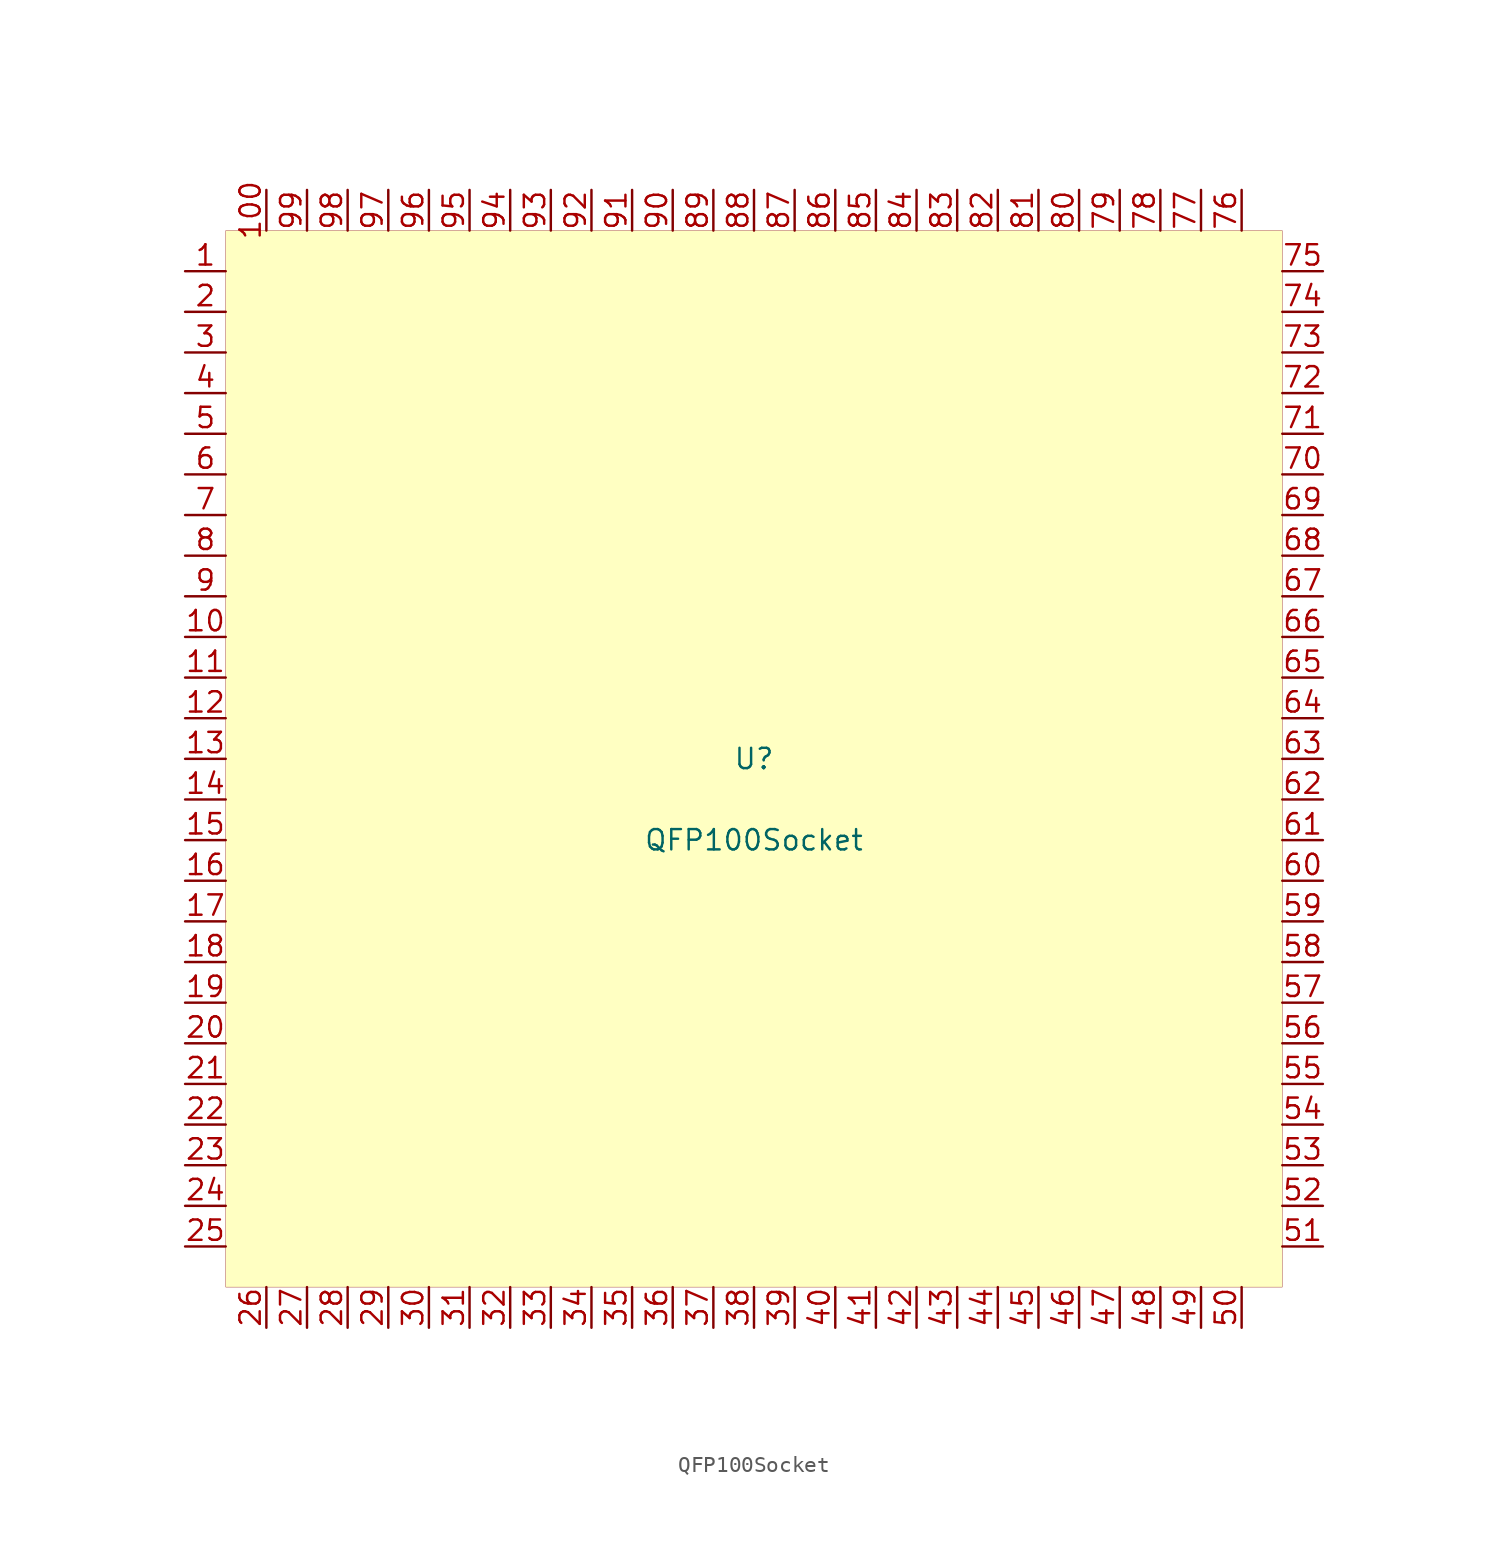
<source format=kicad_sym>
(kicad_symbol_lib
  (version 20200126)
  (host kicad_symbol_editor "5.99.0-unknown-40250c4~101~ubuntu20.04.1")
  (symbol "JBC_mechanical:QFP100Socket"
    (property "Reference" "U"
      (at 0 0 0)
      (effects (font (size 1.27 1.27))))
    (property "Value" "QFP100Socket"
      (at 0 -5.08 0)
      (effects (font (size 1.27 1.27))))
    (symbol "QFP100Socket_0_1"
      (rectangle (start 33.02 -33.02) (end -33.02 33.02) (stroke (width 0.001)) (fill (type background))))
    (symbol "QFP100Socket_1_1"
      (pin passive line (at -35.56 0 0) (length 2.54) (name "~" (effects (font (size 1.27 1.27)))) (number "13" (effects (font (size 1.27 1.27)))))
      (pin passive line (at -35.56 2.54 0) (length 2.54) (name "~" (effects (font (size 1.27 1.27)))) (number "12" (effects (font (size 1.27 1.27)))))
      (pin passive line (at -35.56 5.08 0) (length 2.54) (name "~" (effects (font (size 1.27 1.27)))) (number "11" (effects (font (size 1.27 1.27)))))
      (pin passive line (at -35.56 7.62 0) (length 2.54) (name "~" (effects (font (size 1.27 1.27)))) (number "10" (effects (font (size 1.27 1.27)))))
      (pin passive line (at -35.56 10.16 0) (length 2.54) (name "~" (effects (font (size 1.27 1.27)))) (number "9" (effects (font (size 1.27 1.27)))))
      (pin passive line (at -35.56 12.7 0) (length 2.54) (name "~" (effects (font (size 1.27 1.27)))) (number "8" (effects (font (size 1.27 1.27)))))
      (pin passive line (at -35.56 15.24 0) (length 2.54) (name "~" (effects (font (size 1.27 1.27)))) (number "7" (effects (font (size 1.27 1.27)))))
      (pin passive line (at -35.56 -2.54 0) (length 2.54) (name "~" (effects (font (size 1.27 1.27)))) (number "14" (effects (font (size 1.27 1.27)))))
      (pin passive line (at -35.56 -5.08 0) (length 2.54) (name "~" (effects (font (size 1.27 1.27)))) (number "15" (effects (font (size 1.27 1.27)))))
      (pin passive line (at -35.56 -7.62 0) (length 2.54) (name "~" (effects (font (size 1.27 1.27)))) (number "16" (effects (font (size 1.27 1.27)))))
      (pin passive line (at -35.56 -10.16 0) (length 2.54) (name "~" (effects (font (size 1.27 1.27)))) (number "17" (effects (font (size 1.27 1.27)))))
      (pin passive line (at -35.56 -12.7 0) (length 2.54) (name "~" (effects (font (size 1.27 1.27)))) (number "18" (effects (font (size 1.27 1.27)))))
      (pin passive line (at -35.56 -15.24 0) (length 2.54) (name "~" (effects (font (size 1.27 1.27)))) (number "19" (effects (font (size 1.27 1.27)))))
      (pin passive line (at -35.56 -17.78 0) (length 2.54) (name "~" (effects (font (size 1.27 1.27)))) (number "20" (effects (font (size 1.27 1.27)))))
      (pin passive line (at -35.56 -20.32 0) (length 2.54) (name "~" (effects (font (size 1.27 1.27)))) (number "21" (effects (font (size 1.27 1.27)))))
      (pin passive line (at -35.56 -22.86 0) (length 2.54) (name "~" (effects (font (size 1.27 1.27)))) (number "22" (effects (font (size 1.27 1.27)))))
      (pin passive line (at -35.56 -25.4 0) (length 2.54) (name "~" (effects (font (size 1.27 1.27)))) (number "23" (effects (font (size 1.27 1.27)))))
      (pin passive line (at -35.56 -27.94 0) (length 2.54) (name "~" (effects (font (size 1.27 1.27)))) (number "24" (effects (font (size 1.27 1.27)))))
      (pin passive line (at -35.56 -30.48 0) (length 2.54) (name "~" (effects (font (size 1.27 1.27)))) (number "25" (effects (font (size 1.27 1.27)))))
      (pin passive line (at -35.56 17.78 0) (length 2.54) (name "~" (effects (font (size 1.27 1.27)))) (number "6" (effects (font (size 1.27 1.27)))))
      (pin passive line (at -35.56 20.32 0) (length 2.54) (name "~" (effects (font (size 1.27 1.27)))) (number "5" (effects (font (size 1.27 1.27)))))
      (pin passive line (at -35.56 22.86 0) (length 2.54) (name "~" (effects (font (size 1.27 1.27)))) (number "4" (effects (font (size 1.27 1.27)))))
      (pin passive line (at -35.56 25.4 0) (length 2.54) (name "~" (effects (font (size 1.27 1.27)))) (number "3" (effects (font (size 1.27 1.27)))))
      (pin passive line (at -35.56 27.94 0) (length 2.54) (name "~" (effects (font (size 1.27 1.27)))) (number "2" (effects (font (size 1.27 1.27)))))
      (pin passive line (at -35.56 30.48 0) (length 2.54) (name "~" (effects (font (size 1.27 1.27)))) (number "1" (effects (font (size 1.27 1.27)))))
      (pin passive line (at -5.08 -35.56 90) (length 2.54) (name "~" (effects (font (size 1.27 1.27)))) (number "36" (effects (font (size 1.27 1.27)))))
      (pin passive line (at 22.86 -35.56 90) (length 2.54) (name "~" (effects (font (size 1.27 1.27)))) (number "47" (effects (font (size 1.27 1.27)))))
      (pin passive line (at -27.94 -35.56 90) (length 2.54) (name "~" (effects (font (size 1.27 1.27)))) (number "27" (effects (font (size 1.27 1.27)))))
      (pin passive line (at -15.24 -35.56 90) (length 2.54) (name "~" (effects (font (size 1.27 1.27)))) (number "32" (effects (font (size 1.27 1.27)))))
      (pin passive line (at 10.16 -35.56 90) (length 2.54) (name "~" (effects (font (size 1.27 1.27)))) (number "42" (effects (font (size 1.27 1.27)))))
      (pin passive line (at 15.24 -35.56 90) (length 2.54) (name "~" (effects (font (size 1.27 1.27)))) (number "44" (effects (font (size 1.27 1.27)))))
      (pin passive line (at 30.48 -35.56 90) (length 2.54) (name "~" (effects (font (size 1.27 1.27)))) (number "50" (effects (font (size 1.27 1.27)))))
      (pin passive line (at -22.86 -35.56 90) (length 2.54) (name "~" (effects (font (size 1.27 1.27)))) (number "29" (effects (font (size 1.27 1.27)))))
      (pin passive line (at -10.16 -35.56 90) (length 2.54) (name "~" (effects (font (size 1.27 1.27)))) (number "34" (effects (font (size 1.27 1.27)))))
      (pin passive line (at -25.4 -35.56 90) (length 2.54) (name "~" (effects (font (size 1.27 1.27)))) (number "28" (effects (font (size 1.27 1.27)))))
      (pin passive line (at -2.54 -35.56 90) (length 2.54) (name "~" (effects (font (size 1.27 1.27)))) (number "37" (effects (font (size 1.27 1.27)))))
      (pin passive line (at 2.54 -35.56 90) (length 2.54) (name "~" (effects (font (size 1.27 1.27)))) (number "39" (effects (font (size 1.27 1.27)))))
      (pin passive line (at 5.08 -35.56 90) (length 2.54) (name "~" (effects (font (size 1.27 1.27)))) (number "40" (effects (font (size 1.27 1.27)))))
      (pin passive line (at -17.78 -35.56 90) (length 2.54) (name "~" (effects (font (size 1.27 1.27)))) (number "31" (effects (font (size 1.27 1.27)))))
      (pin passive line (at -30.48 -35.56 90) (length 2.54) (name "~" (effects (font (size 1.27 1.27)))) (number "26" (effects (font (size 1.27 1.27)))))
      (pin passive line (at 27.94 -35.56 90) (length 2.54) (name "~" (effects (font (size 1.27 1.27)))) (number "49" (effects (font (size 1.27 1.27)))))
      (pin passive line (at 17.78 -35.56 90) (length 2.54) (name "~" (effects (font (size 1.27 1.27)))) (number "45" (effects (font (size 1.27 1.27)))))
      (pin passive line (at 0 -35.56 90) (length 2.54) (name "~" (effects (font (size 1.27 1.27)))) (number "38" (effects (font (size 1.27 1.27)))))
      (pin passive line (at -20.32 -35.56 90) (length 2.54) (name "~" (effects (font (size 1.27 1.27)))) (number "30" (effects (font (size 1.27 1.27)))))
      (pin passive line (at 25.4 -35.56 90) (length 2.54) (name "~" (effects (font (size 1.27 1.27)))) (number "48" (effects (font (size 1.27 1.27)))))
      (pin passive line (at 7.62 -35.56 90) (length 2.54) (name "~" (effects (font (size 1.27 1.27)))) (number "41" (effects (font (size 1.27 1.27)))))
      (pin passive line (at -12.7 -35.56 90) (length 2.54) (name "~" (effects (font (size 1.27 1.27)))) (number "33" (effects (font (size 1.27 1.27)))))
      (pin passive line (at 20.32 -35.56 90) (length 2.54) (name "~" (effects (font (size 1.27 1.27)))) (number "46" (effects (font (size 1.27 1.27)))))
      (pin passive line (at -7.62 -35.56 90) (length 2.54) (name "~" (effects (font (size 1.27 1.27)))) (number "35" (effects (font (size 1.27 1.27)))))
      (pin passive line (at 12.7 -35.56 90) (length 2.54) (name "~" (effects (font (size 1.27 1.27)))) (number "43" (effects (font (size 1.27 1.27)))))
      (pin passive line (at 35.56 -5.08 180) (length 2.54) (name "~" (effects (font (size 1.27 1.27)))) (number "61" (effects (font (size 1.27 1.27)))))
      (pin passive line (at 35.56 22.86 180) (length 2.54) (name "~" (effects (font (size 1.27 1.27)))) (number "72" (effects (font (size 1.27 1.27)))))
      (pin passive line (at 35.56 -27.94 180) (length 2.54) (name "~" (effects (font (size 1.27 1.27)))) (number "52" (effects (font (size 1.27 1.27)))))
      (pin passive line (at 35.56 -15.24 180) (length 2.54) (name "~" (effects (font (size 1.27 1.27)))) (number "57" (effects (font (size 1.27 1.27)))))
      (pin passive line (at 35.56 10.16 180) (length 2.54) (name "~" (effects (font (size 1.27 1.27)))) (number "67" (effects (font (size 1.27 1.27)))))
      (pin passive line (at 35.56 15.24 180) (length 2.54) (name "~" (effects (font (size 1.27 1.27)))) (number "69" (effects (font (size 1.27 1.27)))))
      (pin passive line (at 35.56 30.48 180) (length 2.54) (name "~" (effects (font (size 1.27 1.27)))) (number "75" (effects (font (size 1.27 1.27)))))
      (pin passive line (at 35.56 -22.86 180) (length 2.54) (name "~" (effects (font (size 1.27 1.27)))) (number "54" (effects (font (size 1.27 1.27)))))
      (pin passive line (at 35.56 -10.16 180) (length 2.54) (name "~" (effects (font (size 1.27 1.27)))) (number "59" (effects (font (size 1.27 1.27)))))
      (pin passive line (at 35.56 -25.4 180) (length 2.54) (name "~" (effects (font (size 1.27 1.27)))) (number "53" (effects (font (size 1.27 1.27)))))
      (pin passive line (at 35.56 -2.54 180) (length 2.54) (name "~" (effects (font (size 1.27 1.27)))) (number "62" (effects (font (size 1.27 1.27)))))
      (pin passive line (at 35.56 2.54 180) (length 2.54) (name "~" (effects (font (size 1.27 1.27)))) (number "64" (effects (font (size 1.27 1.27)))))
      (pin passive line (at 35.56 5.08 180) (length 2.54) (name "~" (effects (font (size 1.27 1.27)))) (number "65" (effects (font (size 1.27 1.27)))))
      (pin passive line (at 35.56 -17.78 180) (length 2.54) (name "~" (effects (font (size 1.27 1.27)))) (number "56" (effects (font (size 1.27 1.27)))))
      (pin passive line (at 35.56 -30.48 180) (length 2.54) (name "~" (effects (font (size 1.27 1.27)))) (number "51" (effects (font (size 1.27 1.27)))))
      (pin passive line (at 35.56 27.94 180) (length 2.54) (name "~" (effects (font (size 1.27 1.27)))) (number "74" (effects (font (size 1.27 1.27)))))
      (pin passive line (at 35.56 17.78 180) (length 2.54) (name "~" (effects (font (size 1.27 1.27)))) (number "70" (effects (font (size 1.27 1.27)))))
      (pin passive line (at 35.56 0 180) (length 2.54) (name "~" (effects (font (size 1.27 1.27)))) (number "63" (effects (font (size 1.27 1.27)))))
      (pin passive line (at 35.56 -20.32 180) (length 2.54) (name "~" (effects (font (size 1.27 1.27)))) (number "55" (effects (font (size 1.27 1.27)))))
      (pin passive line (at 35.56 25.4 180) (length 2.54) (name "~" (effects (font (size 1.27 1.27)))) (number "73" (effects (font (size 1.27 1.27)))))
      (pin passive line (at 35.56 7.62 180) (length 2.54) (name "~" (effects (font (size 1.27 1.27)))) (number "66" (effects (font (size 1.27 1.27)))))
      (pin passive line (at 35.56 -12.7 180) (length 2.54) (name "~" (effects (font (size 1.27 1.27)))) (number "58" (effects (font (size 1.27 1.27)))))
      (pin passive line (at 35.56 20.32 180) (length 2.54) (name "~" (effects (font (size 1.27 1.27)))) (number "71" (effects (font (size 1.27 1.27)))))
      (pin passive line (at 35.56 -7.62 180) (length 2.54) (name "~" (effects (font (size 1.27 1.27)))) (number "60" (effects (font (size 1.27 1.27)))))
      (pin passive line (at 35.56 12.7 180) (length 2.54) (name "~" (effects (font (size 1.27 1.27)))) (number "68" (effects (font (size 1.27 1.27)))))
      (pin passive line (at 2.54 35.56 270) (length 2.54) (name "~" (effects (font (size 1.27 1.27)))) (number "87" (effects (font (size 1.27 1.27)))))
      (pin passive line (at 17.78 35.56 270) (length 2.54) (name "~" (effects (font (size 1.27 1.27)))) (number "81" (effects (font (size 1.27 1.27)))))
      (pin passive line (at -5.08 35.56 270) (length 2.54) (name "~" (effects (font (size 1.27 1.27)))) (number "90" (effects (font (size 1.27 1.27)))))
      (pin passive line (at -27.94 35.56 270) (length 2.54) (name "~" (effects (font (size 1.27 1.27)))) (number "99" (effects (font (size 1.27 1.27)))))
      (pin passive line (at -12.7 35.56 270) (length 2.54) (name "~" (effects (font (size 1.27 1.27)))) (number "93" (effects (font (size 1.27 1.27)))))
      (pin passive line (at -30.48 35.56 270) (length 2.54) (name "~" (effects (font (size 1.27 1.27)))) (number "100" (effects (font (size 1.27 1.27)))))
      (pin passive line (at -22.86 35.56 270) (length 2.54) (name "~" (effects (font (size 1.27 1.27)))) (number "97" (effects (font (size 1.27 1.27)))))
      (pin passive line (at -20.32 35.56 270) (length 2.54) (name "~" (effects (font (size 1.27 1.27)))) (number "96" (effects (font (size 1.27 1.27)))))
      (pin passive line (at 10.16 35.56 270) (length 2.54) (name "~" (effects (font (size 1.27 1.27)))) (number "84" (effects (font (size 1.27 1.27)))))
      (pin passive line (at 15.24 35.56 270) (length 2.54) (name "~" (effects (font (size 1.27 1.27)))) (number "82" (effects (font (size 1.27 1.27)))))
      (pin passive line (at 20.32 35.56 270) (length 2.54) (name "~" (effects (font (size 1.27 1.27)))) (number "80" (effects (font (size 1.27 1.27)))))
      (pin passive line (at 22.86 35.56 270) (length 2.54) (name "~" (effects (font (size 1.27 1.27)))) (number "79" (effects (font (size 1.27 1.27)))))
      (pin passive line (at 0 35.56 270) (length 2.54) (name "~" (effects (font (size 1.27 1.27)))) (number "88" (effects (font (size 1.27 1.27)))))
      (pin passive line (at 12.7 35.56 270) (length 2.54) (name "~" (effects (font (size 1.27 1.27)))) (number "83" (effects (font (size 1.27 1.27)))))
      (pin passive line (at -25.4 35.56 270) (length 2.54) (name "~" (effects (font (size 1.27 1.27)))) (number "98" (effects (font (size 1.27 1.27)))))
      (pin passive line (at -10.16 35.56 270) (length 2.54) (name "~" (effects (font (size 1.27 1.27)))) (number "92" (effects (font (size 1.27 1.27)))))
      (pin passive line (at -17.78 35.56 270) (length 2.54) (name "~" (effects (font (size 1.27 1.27)))) (number "95" (effects (font (size 1.27 1.27)))))
      (pin passive line (at 30.48 35.56 270) (length 2.54) (name "~" (effects (font (size 1.27 1.27)))) (number "76" (effects (font (size 1.27 1.27)))))
      (pin passive line (at 5.08 35.56 270) (length 2.54) (name "~" (effects (font (size 1.27 1.27)))) (number "86" (effects (font (size 1.27 1.27)))))
      (pin passive line (at -7.62 35.56 270) (length 2.54) (name "~" (effects (font (size 1.27 1.27)))) (number "91" (effects (font (size 1.27 1.27)))))
      (pin passive line (at -2.54 35.56 270) (length 2.54) (name "~" (effects (font (size 1.27 1.27)))) (number "89" (effects (font (size 1.27 1.27)))))
      (pin passive line (at -15.24 35.56 270) (length 2.54) (name "~" (effects (font (size 1.27 1.27)))) (number "94" (effects (font (size 1.27 1.27)))))
      (pin passive line (at 7.62 35.56 270) (length 2.54) (name "~" (effects (font (size 1.27 1.27)))) (number "85" (effects (font (size 1.27 1.27)))))
      (pin passive line (at 27.94 35.56 270) (length 2.54) (name "~" (effects (font (size 1.27 1.27)))) (number "77" (effects (font (size 1.27 1.27)))))
      (pin passive line (at 25.4 35.56 270) (length 2.54) (name "~" (effects (font (size 1.27 1.27)))) (number "78" (effects (font (size 1.27 1.27))))))))
</source>
